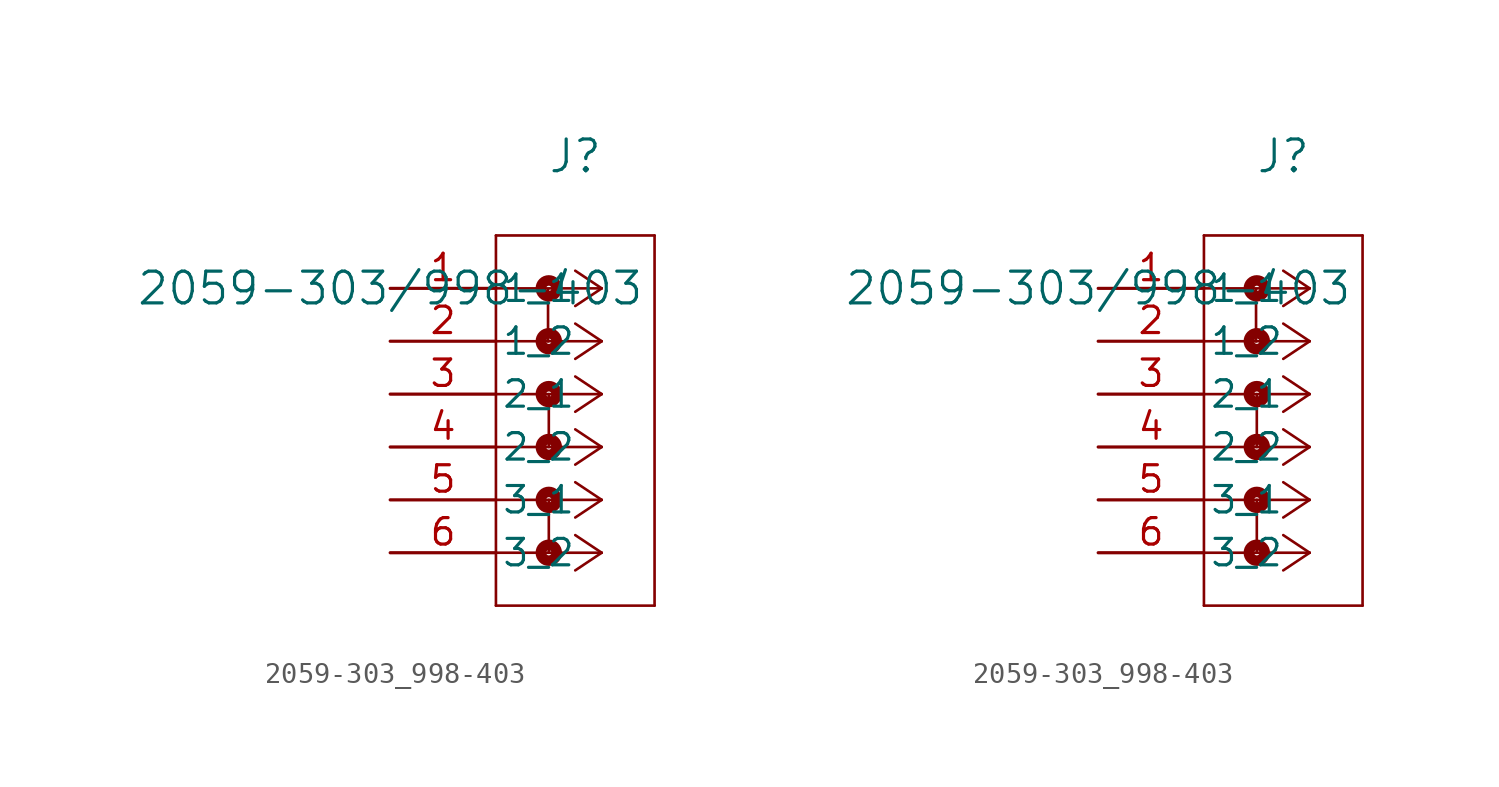
<source format=kicad_sym>
(kicad_symbol_lib
  (version 20211014)
  (generator kicad_symbol_editor)
  (symbol "2059-303_998-403"
    (pin_names
      (offset 0.254))
    (property "Reference" "J"
      (at 8.89 6.35 0)
      (effects (font (size 1.524 1.524))))
    (property "Value" "2059-303/998-403"
      (at 0 0 0)
      (effects (font (size 1.524 1.524))))
    (symbol "2059-303_998-403_1_1"
      (polyline (pts (xy 10.16 0) (xy 5.08 0)) (stroke (width 0.127) (type default) (color 0 0 0 0)) (fill (type none)))
      (polyline (pts (xy 10.16 -2.54) (xy 5.08 -2.54)) (stroke (width 0.127) (type default) (color 0 0 0 0)) (fill (type none)))
      (polyline (pts (xy 10.16 -5.08) (xy 5.08 -5.08)) (stroke (width 0.127) (type default) (color 0 0 0 0)) (fill (type none)))
      (polyline (pts (xy 10.16 -7.62) (xy 5.08 -7.62)) (stroke (width 0.127) (type default) (color 0 0 0 0)) (fill (type none)))
      (polyline (pts (xy 10.16 -10.16) (xy 5.08 -10.16)) (stroke (width 0.127) (type default) (color 0 0 0 0)) (fill (type none)))
      (polyline (pts (xy 10.16 -12.7) (xy 5.08 -12.7)) (stroke (width 0.127) (type default) (color 0 0 0 0)) (fill (type none)))
      (polyline (pts (xy 10.16 0) (xy 8.89 0.847)) (stroke (width 0.127) (type default) (color 0 0 0 0)) (fill (type none)))
      (polyline (pts (xy 10.16 -2.54) (xy 8.89 -1.693)) (stroke (width 0.127) (type default) (color 0 0 0 0)) (fill (type none)))
      (polyline (pts (xy 10.16 -5.08) (xy 8.89 -4.233)) (stroke (width 0.127) (type default) (color 0 0 0 0)) (fill (type none)))
      (polyline (pts (xy 10.16 -7.62) (xy 8.89 -6.773)) (stroke (width 0.127) (type default) (color 0 0 0 0)) (fill (type none)))
      (polyline (pts (xy 10.16 -10.16) (xy 8.89 -9.313)) (stroke (width 0.127) (type default) (color 0 0 0 0)) (fill (type none)))
      (polyline (pts (xy 10.16 -12.7) (xy 8.89 -11.853)) (stroke (width 0.127) (type default) (color 0 0 0 0)) (fill (type none)))
      (polyline (pts (xy 10.16 0) (xy 8.89 -0.847)) (stroke (width 0.127) (type default) (color 0 0 0 0)) (fill (type none)))
      (polyline (pts (xy 10.16 -2.54) (xy 8.89 -3.387)) (stroke (width 0.127) (type default) (color 0 0 0 0)) (fill (type none)))
      (polyline (pts (xy 10.16 -5.08) (xy 8.89 -5.927)) (stroke (width 0.127) (type default) (color 0 0 0 0)) (fill (type none)))
      (polyline (pts (xy 10.16 -7.62) (xy 8.89 -8.467)) (stroke (width 0.127) (type default) (color 0 0 0 0)) (fill (type none)))
      (polyline (pts (xy 10.16 -10.16) (xy 8.89 -11.007)) (stroke (width 0.127) (type default) (color 0 0 0 0)) (fill (type none)))
      (polyline (pts (xy 10.16 -12.7) (xy 8.89 -13.547)) (stroke (width 0.127) (type default) (color 0 0 0 0)) (fill (type none)))
      (polyline (pts (xy 5.08 2.54) (xy 5.08 -15.24)) (stroke (width 0.127) (type default) (color 0 0 0 0)) (fill (type none)))
      (polyline (pts (xy 5.08 -15.24) (xy 12.7 -15.24)) (stroke (width 0.127) (type default) (color 0 0 0 0)) (fill (type none)))
      (polyline (pts (xy 12.7 -15.24) (xy 12.7 2.54)) (stroke (width 0.127) (type default) (color 0 0 0 0)) (fill (type none)))
      (polyline (pts (xy 12.7 2.54) (xy 5.08 2.54)) (stroke (width 0.127) (type default) (color 0 0 0 0)) (fill (type none)))
      (circle (center 7.62 0) (radius 0.127) (stroke (width 0.508) (type default) (color 0 0 0 0)) (fill (type none)))
      (polyline (pts (xy 7.583 -0.04) (xy 7.583 -2.548)) (stroke (width 0.127) (type default) (color 0 0 0 0)) (fill (type none)))
      (circle (center 7.62 -2.54) (radius 0.127) (stroke (width 0.508) (type default) (color 0 0 0 0)) (fill (type none)))
      (circle (center 7.62 -5.08) (radius 0.127) (stroke (width 0.508) (type default) (color 0 0 0 0)) (fill (type none)))
      (polyline (pts (xy 7.62 -5.08) (xy 7.62 -7.62)) (stroke (width 0.127) (type default) (color 0 0 0 0)) (fill (type none)))
      (circle (center 7.62 -7.62) (radius 0.127) (stroke (width 0.508) (type default) (color 0 0 0 0)) (fill (type none)))
      (circle (center 7.62 -10.16) (radius 0.127) (stroke (width 0.508) (type default) (color 0 0 0 0)) (fill (type none)))
      (polyline (pts (xy 7.62 -10.16) (xy 7.62 -12.7)) (stroke (width 0.127) (type default) (color 0 0 0 0)) (fill (type none)))
      (circle (center 7.62 -12.7) (radius 0.127) (stroke (width 0.508) (type default) (color 0 0 0 0)) (fill (type none)))
      (pin unspecified line (at 0 0 0) (length 5.08) (name "1_1" (effects (font (size 1.27 1.27)))) (number "1" (effects (font (size 1.27 1.27)))))
      (pin unspecified line (at 0 -2.54 0) (length 5.08) (name "1_2" (effects (font (size 1.27 1.27)))) (number "2" (effects (font (size 1.27 1.27)))))
      (pin unspecified line (at 0 -5.08 0) (length 5.08) (name "2_1" (effects (font (size 1.27 1.27)))) (number "3" (effects (font (size 1.27 1.27)))))
      (pin unspecified line (at 0 -7.62 0) (length 5.08) (name "2_2" (effects (font (size 1.27 1.27)))) (number "4" (effects (font (size 1.27 1.27)))))
      (pin unspecified line (at 0 -10.16 0) (length 5.08) (name "3_1" (effects (font (size 1.27 1.27)))) (number "5" (effects (font (size 1.27 1.27)))))
      (pin unspecified line (at 0 -12.7 0) (length 5.08) (name "3_2" (effects (font (size 1.27 1.27)))) (number "6" (effects (font (size 1.27 1.27))))))
    (symbol "2059-303_998-403_1_2"
      (polyline (pts (xy 10.16 0) (xy 5.08 0)) (stroke (width 0.127) (type default) (color 0 0 0 0)) (fill (type none)))
      (polyline (pts (xy 10.16 -2.54) (xy 5.08 -2.54)) (stroke (width 0.127) (type default) (color 0 0 0 0)) (fill (type none)))
      (polyline (pts (xy 10.16 -5.08) (xy 5.08 -5.08)) (stroke (width 0.127) (type default) (color 0 0 0 0)) (fill (type none)))
      (polyline (pts (xy 10.16 -7.62) (xy 5.08 -7.62)) (stroke (width 0.127) (type default) (color 0 0 0 0)) (fill (type none)))
      (polyline (pts (xy 10.16 -10.16) (xy 5.08 -10.16)) (stroke (width 0.127) (type default) (color 0 0 0 0)) (fill (type none)))
      (polyline (pts (xy 10.16 -12.7) (xy 5.08 -12.7)) (stroke (width 0.127) (type default) (color 0 0 0 0)) (fill (type none)))
      (polyline (pts (xy 10.16 0) (xy 8.89 0.847)) (stroke (width 0.127) (type default) (color 0 0 0 0)) (fill (type none)))
      (polyline (pts (xy 10.16 -2.54) (xy 8.89 -1.693)) (stroke (width 0.127) (type default) (color 0 0 0 0)) (fill (type none)))
      (polyline (pts (xy 10.16 -5.08) (xy 8.89 -4.233)) (stroke (width 0.127) (type default) (color 0 0 0 0)) (fill (type none)))
      (polyline (pts (xy 10.16 -7.62) (xy 8.89 -6.773)) (stroke (width 0.127) (type default) (color 0 0 0 0)) (fill (type none)))
      (polyline (pts (xy 10.16 -10.16) (xy 8.89 -9.313)) (stroke (width 0.127) (type default) (color 0 0 0 0)) (fill (type none)))
      (polyline (pts (xy 10.16 -12.7) (xy 8.89 -11.853)) (stroke (width 0.127) (type default) (color 0 0 0 0)) (fill (type none)))
      (polyline (pts (xy 10.16 0) (xy 8.89 -0.847)) (stroke (width 0.127) (type default) (color 0 0 0 0)) (fill (type none)))
      (polyline (pts (xy 10.16 -2.54) (xy 8.89 -3.387)) (stroke (width 0.127) (type default) (color 0 0 0 0)) (fill (type none)))
      (polyline (pts (xy 10.16 -5.08) (xy 8.89 -5.927)) (stroke (width 0.127) (type default) (color 0 0 0 0)) (fill (type none)))
      (polyline (pts (xy 10.16 -7.62) (xy 8.89 -8.467)) (stroke (width 0.127) (type default) (color 0 0 0 0)) (fill (type none)))
      (polyline (pts (xy 10.16 -10.16) (xy 8.89 -11.007)) (stroke (width 0.127) (type default) (color 0 0 0 0)) (fill (type none)))
      (polyline (pts (xy 10.16 -12.7) (xy 8.89 -13.547)) (stroke (width 0.127) (type default) (color 0 0 0 0)) (fill (type none)))
      (polyline (pts (xy 5.08 2.54) (xy 5.08 -15.24)) (stroke (width 0.127) (type default) (color 0 0 0 0)) (fill (type none)))
      (polyline (pts (xy 5.08 -15.24) (xy 12.7 -15.24)) (stroke (width 0.127) (type default) (color 0 0 0 0)) (fill (type none)))
      (polyline (pts (xy 12.7 -15.24) (xy 12.7 2.54)) (stroke (width 0.127) (type default) (color 0 0 0 0)) (fill (type none)))
      (polyline (pts (xy 12.7 2.54) (xy 5.08 2.54)) (stroke (width 0.127) (type default) (color 0 0 0 0)) (fill (type none)))
      (circle (center 7.62 0) (radius 0.127) (stroke (width 0.508) (type default) (color 0 0 0 0)) (fill (type none)))
      (polyline (pts (xy 7.583 -0.04) (xy 7.583 -2.548)) (stroke (width 0.127) (type default) (color 0 0 0 0)) (fill (type none)))
      (circle (center 7.62 -2.54) (radius 0.127) (stroke (width 0.508) (type default) (color 0 0 0 0)) (fill (type none)))
      (circle (center 7.62 -5.08) (radius 0.127) (stroke (width 0.508) (type default) (color 0 0 0 0)) (fill (type none)))
      (polyline (pts (xy 7.62 -5.08) (xy 7.62 -7.62)) (stroke (width 0.127) (type default) (color 0 0 0 0)) (fill (type none)))
      (circle (center 7.62 -7.62) (radius 0.127) (stroke (width 0.508) (type default) (color 0 0 0 0)) (fill (type none)))
      (circle (center 7.62 -10.16) (radius 0.127) (stroke (width 0.508) (type default) (color 0 0 0 0)) (fill (type none)))
      (polyline (pts (xy 7.62 -10.16) (xy 7.62 -12.7)) (stroke (width 0.127) (type default) (color 0 0 0 0)) (fill (type none)))
      (circle (center 7.62 -12.7) (radius 0.127) (stroke (width 0.508) (type default) (color 0 0 0 0)) (fill (type none)))
      (pin unspecified line (at 0 0 0) (length 5.08) (name "1_1" (effects (font (size 1.27 1.27)))) (number "1" (effects (font (size 1.27 1.27)))))
      (pin unspecified line (at 0 -2.54 0) (length 5.08) (name "1_2" (effects (font (size 1.27 1.27)))) (number "2" (effects (font (size 1.27 1.27)))))
      (pin unspecified line (at 0 -5.08 0) (length 5.08) (name "2_1" (effects (font (size 1.27 1.27)))) (number "3" (effects (font (size 1.27 1.27)))))
      (pin unspecified line (at 0 -7.62 0) (length 5.08) (name "2_2" (effects (font (size 1.27 1.27)))) (number "4" (effects (font (size 1.27 1.27)))))
      (pin unspecified line (at 0 -10.16 0) (length 5.08) (name "3_1" (effects (font (size 1.27 1.27)))) (number "5" (effects (font (size 1.27 1.27)))))
      (pin unspecified line (at 0 -12.7 0) (length 5.08) (name "3_2" (effects (font (size 1.27 1.27)))) (number "6" (effects (font (size 1.27 1.27))))))))
</source>
